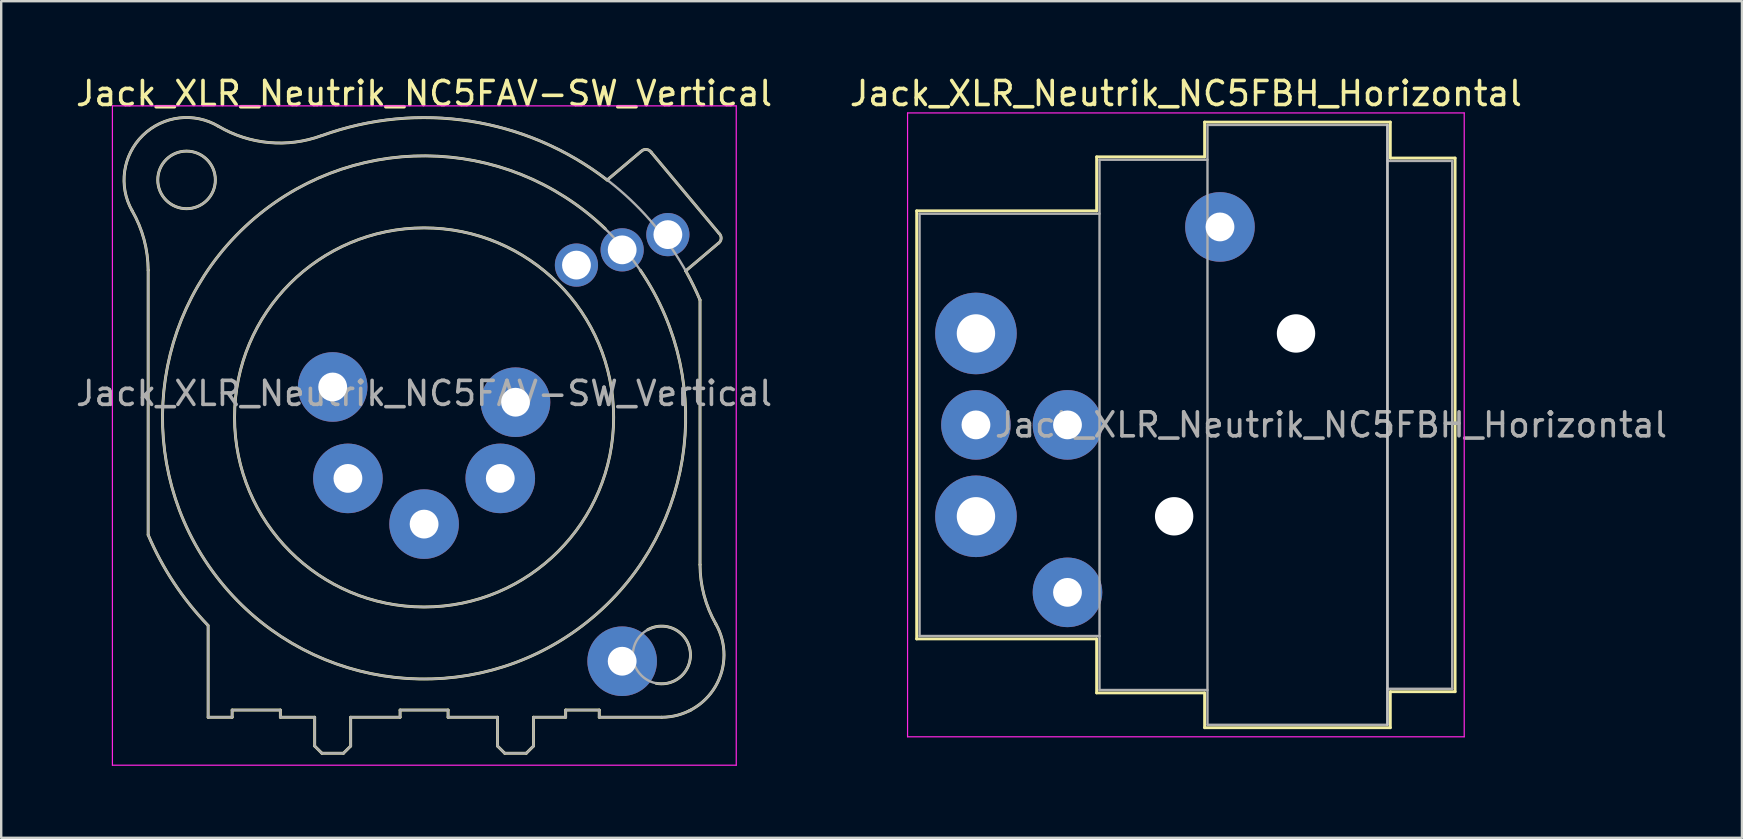
<source format=kicad_pcb>
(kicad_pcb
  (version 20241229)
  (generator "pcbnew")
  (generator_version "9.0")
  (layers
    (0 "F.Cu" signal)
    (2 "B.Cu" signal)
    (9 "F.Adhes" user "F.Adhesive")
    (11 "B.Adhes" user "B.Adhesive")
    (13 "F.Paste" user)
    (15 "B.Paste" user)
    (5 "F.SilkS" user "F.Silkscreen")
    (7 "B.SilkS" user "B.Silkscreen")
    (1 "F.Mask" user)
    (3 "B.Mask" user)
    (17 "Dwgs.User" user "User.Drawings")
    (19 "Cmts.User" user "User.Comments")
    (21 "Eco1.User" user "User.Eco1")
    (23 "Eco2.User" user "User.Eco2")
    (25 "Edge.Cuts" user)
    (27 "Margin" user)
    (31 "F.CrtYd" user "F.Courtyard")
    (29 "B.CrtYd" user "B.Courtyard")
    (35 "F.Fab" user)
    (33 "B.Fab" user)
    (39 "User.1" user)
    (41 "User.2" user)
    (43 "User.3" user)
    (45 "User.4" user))
  (footprint "Jack_XLR_Neutrik_NC5FAV-SW_Vertical"
    (layer "F.Cu")
    (at 18.435 13.713)
    (property "Reference" "Jack_XLR_Neutrik_NC5FAV-SW_Vertical" (at -3.81 -12.865 0) (layer "F.SilkS") (effects (font (size 1 1) (thickness 0.15))))
    (attr through_hole)
    (fp_line (start -15.31 -5.5) (end -15.31 5.53) (stroke (width 0.12) (type solid)) (layer "F.SilkS"))
    (fp_line (start -12.81 9.31) (end -12.81 13.13) (stroke (width 0.12) (type solid)) (layer "F.SilkS"))
    (fp_line (start -11.81 12.83) (end -11.81 13.13) (stroke (width 0.12) (type solid)) (layer "F.SilkS"))
    (fp_line (start -11.81 12.83) (end -9.8 12.83) (stroke (width 0.12) (type solid)) (layer "F.SilkS"))
    (fp_line (start -11.81 13.13) (end -12.81 13.13) (stroke (width 0.12) (type solid)) (layer "F.SilkS"))
    (fp_line (start -9.8 12.83) (end -9.8 13.13) (stroke (width 0.12) (type solid)) (layer "F.SilkS"))
    (fp_line (start -8.37 13.13) (end -9.8 13.13) (stroke (width 0.12) (type solid)) (layer "F.SilkS"))
    (fp_line (start -8.37 13.13) (end -8.37 14.33) (stroke (width 0.12) (type solid)) (layer "F.SilkS"))
    (fp_line (start -8.37 14.33) (end -8.07 14.63) (stroke (width 0.12) (type solid)) (layer "F.SilkS"))
    (fp_line (start -8.07 14.63) (end -7.17 14.63) (stroke (width 0.12) (type solid)) (layer "F.SilkS"))
    (fp_line (start -6.87 13.13) (end -6.87 14.33) (stroke (width 0.12) (type solid)) (layer "F.SilkS"))
    (fp_line (start -6.87 14.33) (end -7.17 14.63) (stroke (width 0.12) (type solid)) (layer "F.SilkS"))
    (fp_line (start -4.81 12.83) (end -4.81 13.13) (stroke (width 0.12) (type solid)) (layer "F.SilkS"))
    (fp_line (start -4.81 12.83) (end -2.81 12.83) (stroke (width 0.12) (type solid)) (layer "F.SilkS"))
    (fp_line (start -4.81 13.13) (end -6.87 13.13) (stroke (width 0.12) (type solid)) (layer "F.SilkS"))
    (fp_line (start -2.81 12.83) (end -2.81 13.13) (stroke (width 0.12) (type solid)) (layer "F.SilkS"))
    (fp_line (start -0.75 13.13) (end -2.81 13.13) (stroke (width 0.12) (type solid)) (layer "F.SilkS"))
    (fp_line (start -0.75 13.13) (end -0.75 14.33) (stroke (width 0.12) (type solid)) (layer "F.SilkS"))
    (fp_line (start -0.75 14.33) (end -0.45 14.63) (stroke (width 0.12) (type solid)) (layer "F.SilkS"))
    (fp_line (start -0.45 14.63) (end 0.45 14.63) (stroke (width 0.12) (type solid)) (layer "F.SilkS"))
    (fp_line (start 0.75 13.13) (end 0.75 14.33) (stroke (width 0.12) (type solid)) (layer "F.SilkS"))
    (fp_line (start 0.75 14.33) (end 0.45 14.63) (stroke (width 0.12) (type solid)) (layer "F.SilkS"))
    (fp_line (start 2.09 12.83) (end 2.09 13.13) (stroke (width 0.12) (type solid)) (layer "F.SilkS"))
    (fp_line (start 2.09 12.83) (end 3.49 12.83) (stroke (width 0.12) (type solid)) (layer "F.SilkS"))
    (fp_line (start 2.09 13.13) (end 0.75 13.13) (stroke (width 0.12) (type solid)) (layer "F.SilkS"))
    (fp_line (start 3.49 12.83) (end 3.49 13.13) (stroke (width 0.12) (type solid)) (layer "F.SilkS"))
    (fp_line (start 3.82 -9.26) (end 5.23 -10.45) (stroke (width 0.12) (type solid)) (layer "F.SilkS"))
    (fp_line (start 6.09 13.13) (end 3.49 13.13) (stroke (width 0.12) (type solid)) (layer "F.SilkS"))
    (fp_line (start 7.69 6.77) (end 7.69 -4.26) (stroke (width 0.12) (type solid)) (layer "F.SilkS"))
    (fp_line (start 8.45 -6.62) (end 7.09 -5.47) (stroke (width 0.12) (type solid)) (layer "F.SilkS"))
    (fp_line (start 8.48 -7.04) (end 5.66 -10.41) (stroke (width 0.12) (type solid)) (layer "F.SilkS"))
    (fp_arc (start -15.979585 -7.98114) (mid -15.531071 -11.122847) (end -12.38 -11.5) (stroke (width 0.12) (type solid)) (layer "F.SilkS"))
    (fp_arc (start -15.978065 -7.979621) (mid -15.482459 -6.783342) (end -15.31 -5.5) (stroke (width 0.12) (type solid)) (layer "F.SilkS"))
    (fp_arc (start -12.822247 9.294702) (mid -14.237431 7.525553) (end -15.31 5.53) (stroke (width 0.12) (type solid)) (layer "F.SilkS"))
    (fp_arc (start -8.091246 -11.107072) (mid -10.279718 -10.822246) (end -12.38 -11.5) (stroke (width 0.12) (type solid)) (layer "F.SilkS"))
    (fp_arc (start -8.076266 -11.109228) (mid -1.890733 -11.711835) (end 3.82 -9.26) (stroke (width 0.12) (type solid)) (layer "F.SilkS"))
    (fp_arc (start 5.199539 -5.504132) (mid -12.134617 7.674992) (end 3.74 -7.23) (stroke (width 0.12) (type solid)) (layer "F.SilkS"))
    (fp_arc (start 5.235458 -10.453787) (mid 5.458172 -10.533142) (end 5.66 -10.41) (stroke (width 0.12) (type solid)) (layer "F.SilkS"))
    (fp_arc (start 5.507701 9.483226) (mid 7.277502 10.347546) (end 5.86 11.715) (stroke (width 0.12) (type solid)) (layer "F.SilkS"))
    (fp_arc (start 7.094079 -5.473362) (mid 7.408456 -4.874744) (end 7.69 -4.26) (stroke (width 0.12) (type solid)) (layer "F.SilkS"))
    (fp_arc (start 7.298541 12.835196) (mid 7.274335 12.847725) (end 7.25 12.86) (stroke (width 0.12) (type solid)) (layer "F.SilkS"))
    (fp_arc (start 8.350687 9.245751) (mid 8.337115 11.837852) (end 6.09 13.13) (stroke (width 0.12) (type solid)) (layer "F.SilkS"))
    (fp_arc (start 8.351797 9.24598) (mid 7.859562 8.051113) (end 7.69 6.77) (stroke (width 0.12) (type solid)) (layer "F.SilkS"))
    (fp_arc (start 8.486269 -7.03217) (mid 8.569764 -6.817142) (end 8.45 -6.62) (stroke (width 0.12) (type solid)) (layer "F.SilkS"))
    (fp_circle (center -13.71 -9.265) (end -12.51 -9.265) (stroke (width 0.12) (type solid)) (fill no) (layer "F.SilkS"))
    (fp_circle (center -3.81 0.635) (end 4.09 0.635) (stroke (width 0.12) (type solid)) (fill no) (layer "F.SilkS"))
    (fp_line (start -16.8 -12.35) (end 9.2 -12.35) (stroke (width 0.05) (type solid)) (layer "F.CrtYd"))
    (fp_line (start -16.8 15.13) (end -16.8 -12.35) (stroke (width 0.05) (type solid)) (layer "F.CrtYd"))
    (fp_line (start 9.2 -12.35) (end 9.2 15.13) (stroke (width 0.05) (type solid)) (layer "F.CrtYd"))
    (fp_line (start 9.2 15.13) (end -16.8 15.13) (stroke (width 0.05) (type solid)) (layer "F.CrtYd"))
    (fp_line (start -15.31 -5.5) (end -15.31 5.53) (stroke (width 0.1) (type solid)) (layer "F.Fab"))
    (fp_line (start -12.81 9.31) (end -12.81 13.13) (stroke (width 0.1) (type solid)) (layer "F.Fab"))
    (fp_line (start -11.81 12.83) (end -11.81 13.13) (stroke (width 0.1) (type solid)) (layer "F.Fab"))
    (fp_line (start -11.81 12.83) (end -9.8 12.83) (stroke (width 0.1) (type solid)) (layer "F.Fab"))
    (fp_line (start -11.81 13.13) (end -12.81 13.13) (stroke (width 0.1) (type solid)) (layer "F.Fab"))
    (fp_line (start -9.8 12.83) (end -9.8 13.13) (stroke (width 0.1) (type solid)) (layer "F.Fab"))
    (fp_line (start -8.37 13.13) (end -9.8 13.13) (stroke (width 0.1) (type solid)) (layer "F.Fab"))
    (fp_line (start -8.37 13.13) (end -8.37 14.33) (stroke (width 0.1) (type solid)) (layer "F.Fab"))
    (fp_line (start -8.37 14.33) (end -8.07 14.63) (stroke (width 0.1) (type solid)) (layer "F.Fab"))
    (fp_line (start -8.07 14.63) (end -7.17 14.63) (stroke (width 0.1) (type solid)) (layer "F.Fab"))
    (fp_line (start -6.87 13.13) (end -6.87 14.33) (stroke (width 0.1) (type solid)) (layer "F.Fab"))
    (fp_line (start -6.87 14.33) (end -7.17 14.63) (stroke (width 0.1) (type solid)) (layer "F.Fab"))
    (fp_line (start -4.81 12.83) (end -4.81 13.13) (stroke (width 0.1) (type solid)) (layer "F.Fab"))
    (fp_line (start -4.81 12.83) (end -2.81 12.83) (stroke (width 0.1) (type solid)) (layer "F.Fab"))
    (fp_line (start -4.81 13.13) (end -6.87 13.13) (stroke (width 0.1) (type solid)) (layer "F.Fab"))
    (fp_line (start -2.81 12.83) (end -2.81 13.13) (stroke (width 0.1) (type solid)) (layer "F.Fab"))
    (fp_line (start -0.75 13.13) (end -2.81 13.13) (stroke (width 0.1) (type solid)) (layer "F.Fab"))
    (fp_line (start -0.75 13.13) (end -0.75 14.33) (stroke (width 0.1) (type solid)) (layer "F.Fab"))
    (fp_line (start -0.75 14.33) (end -0.45 14.63) (stroke (width 0.1) (type solid)) (layer "F.Fab"))
    (fp_line (start -0.45 14.63) (end 0.45 14.63) (stroke (width 0.1) (type solid)) (layer "F.Fab"))
    (fp_line (start 0.75 13.13) (end 0.75 14.33) (stroke (width 0.1) (type solid)) (layer "F.Fab"))
    (fp_line (start 0.75 14.33) (end 0.45 14.63) (stroke (width 0.1) (type solid)) (layer "F.Fab"))
    (fp_line (start 2.09 12.83) (end 2.09 13.13) (stroke (width 0.1) (type solid)) (layer "F.Fab"))
    (fp_line (start 2.09 12.83) (end 3.49 12.83) (stroke (width 0.1) (type solid)) (layer "F.Fab"))
    (fp_line (start 2.09 13.13) (end 0.75 13.13) (stroke (width 0.1) (type solid)) (layer "F.Fab"))
    (fp_line (start 3.49 12.83) (end 3.49 13.13) (stroke (width 0.1) (type solid)) (layer "F.Fab"))
    (fp_line (start 3.82 -9.26) (end 5.23 -10.45) (stroke (width 0.1) (type solid)) (layer "F.Fab"))
    (fp_line (start 6.09 13.13) (end 3.49 13.13) (stroke (width 0.1) (type solid)) (layer "F.Fab"))
    (fp_line (start 7.69 6.77) (end 7.69 -4.26) (stroke (width 0.1) (type solid)) (layer "F.Fab"))
    (fp_line (start 8.45 -6.62) (end 7.09 -5.47) (stroke (width 0.1) (type solid)) (layer "F.Fab"))
    (fp_line (start 8.48 -7.04) (end 5.66 -10.41) (stroke (width 0.1) (type solid)) (layer "F.Fab"))
    (fp_arc (start -15.979585 -7.98114) (mid -15.531071 -11.122847) (end -12.38 -11.5) (stroke (width 0.1) (type solid)) (layer "F.Fab"))
    (fp_arc (start -15.978065 -7.979621) (mid -15.482459 -6.783342) (end -15.31 -5.5) (stroke (width 0.1) (type solid)) (layer "F.Fab"))
    (fp_arc (start -12.822247 9.294702) (mid -14.237431 7.525553) (end -15.31 5.53) (stroke (width 0.1) (type solid)) (layer "F.Fab"))
    (fp_arc (start -8.096428 -11.105424) (mid 1.16231 -10.831785) (end 7.69 -4.26) (stroke (width 0.1) (type solid)) (layer "F.Fab"))
    (fp_arc (start -8.091246 -11.107072) (mid -10.279718 -10.822246) (end -12.38 -11.5) (stroke (width 0.1) (type solid)) (layer "F.Fab"))
    (fp_arc (start 5.235458 -10.453787) (mid 5.458172 -10.533142) (end 5.66 -10.41) (stroke (width 0.1) (type solid)) (layer "F.Fab"))
    (fp_arc (start 7.298541 12.835196) (mid 7.274335 12.847725) (end 7.25 12.86) (stroke (width 0.1) (type solid)) (layer "F.Fab"))
    (fp_arc (start 8.350687 9.245751) (mid 8.337115 11.837852) (end 6.09 13.13) (stroke (width 0.1) (type solid)) (layer "F.Fab"))
    (fp_arc (start 8.351797 9.24598) (mid 7.859562 8.051113) (end 7.69 6.77) (stroke (width 0.1) (type solid)) (layer "F.Fab"))
    (fp_arc (start 8.486269 -7.03217) (mid 8.569764 -6.817142) (end 8.45 -6.62) (stroke (width 0.1) (type solid)) (layer "F.Fab"))
    (fp_circle (center -13.71 -9.265) (end -12.51 -9.265) (stroke (width 0.1) (type solid)) (fill no) (layer "F.Fab"))
    (fp_circle (center -3.81 0.635) (end 4.09 0.635) (stroke (width 0.1) (type solid)) (fill no) (layer "F.Fab"))
    (fp_circle (center -3.81 0.635) (end 7.09 0.635) (stroke (width 0.1) (type solid)) (fill no) (layer "F.Fab"))
    (fp_circle (center 6.09 10.535) (end 7.29 10.535) (stroke (width 0.1) (type solid)) (fill no) (layer "F.Fab"))
    (fp_text user "${REFERENCE}" (at -3.81 -0.365 0) (layer "F.Fab") (effects (font (size 1 1) (thickness 0.15))))
    (pad "1" thru_hole circle (at 0 0) (size 2.9 2.9) (drill 1.2) (layers "*.Cu" "*.Mask"))
    (pad "2" thru_hole circle (at -0.635 3.175) (size 2.9 2.9) (drill 1.2) (layers "*.Cu" "*.Mask"))
    (pad "3" thru_hole circle (at -3.81 5.08) (size 2.9 2.9) (drill 1.2) (layers "*.Cu" "*.Mask"))
    (pad "4" thru_hole circle (at -6.985 3.175) (size 2.9 2.9) (drill 1.2) (layers "*.Cu" "*.Mask"))
    (pad "5" thru_hole circle (at -7.62 -0.635) (size 2.9 2.9) (drill 1.2) (layers "*.Cu" "*.Mask"))
    (pad "G" thru_hole circle (at 4.445 10.795) (size 2.9 2.9) (drill 1.2) (layers "*.Cu" "*.Mask"))
    (pad "N" thru_hole circle (at 4.445 -6.35) (size 1.8 1.8) (drill 1.2) (layers "*.Cu" "*.Mask"))
    (pad "NC" thru_hole circle (at 2.54 -5.715) (size 1.8 1.8) (drill 1.2) (layers "*.Cu" "*.Mask"))
    (pad "NO" thru_hole circle (at 6.35 -6.985) (size 1.8 1.8) (drill 1.2) (layers "*.Cu" "*.Mask")))
  (footprint "Jack_XLR_Neutrik_NC5FBH_Horizontal"
    (layer "F.Cu")
    (at 37.625 10.848)
    (property "Reference" "Jack_XLR_Neutrik_NC5FBH_Horizontal" (at 8.75 -10 0) (layer "F.SilkS") (effects (font (size 1 1) (thickness 0.15))))
    (attr through_hole)
    (fp_line (start -2.47 -5.11) (end -2.47 12.73) (stroke (width 0.12) (type solid)) (layer "F.SilkS"))
    (fp_line (start 5.03 -5.11) (end -2.47 -5.11) (stroke (width 0.12) (type solid)) (layer "F.SilkS"))
    (fp_line (start 5.03 -5.11) (end 5.03 -7.36) (stroke (width 0.12) (type solid)) (layer "F.SilkS"))
    (fp_line (start 5.03 12.73) (end -2.47 12.73) (stroke (width 0.12) (type solid)) (layer "F.SilkS"))
    (fp_line (start 5.03 12.73) (end 5.03 14.98) (stroke (width 0.12) (type solid)) (layer "F.SilkS"))
    (fp_line (start 9.53 -7.36) (end 5.03 -7.36) (stroke (width 0.12) (type solid)) (layer "F.SilkS"))
    (fp_line (start 9.53 -7.36) (end 9.53 -8.81) (stroke (width 0.12) (type solid)) (layer "F.SilkS"))
    (fp_line (start 9.53 14.98) (end 5.03 14.98) (stroke (width 0.12) (type solid)) (layer "F.SilkS"))
    (fp_line (start 9.53 16.43) (end 9.53 14.98) (stroke (width 0.12) (type solid)) (layer "F.SilkS"))
    (fp_line (start 17.27 -8.81) (end 9.53 -8.81) (stroke (width 0.12) (type solid)) (layer "F.SilkS"))
    (fp_line (start 17.27 -8.81) (end 17.27 -7.31) (stroke (width 0.12) (type solid)) (layer "F.SilkS"))
    (fp_line (start 17.27 -7.31) (end 19.97 -7.31) (stroke (width 0.12) (type solid)) (layer "F.SilkS"))
    (fp_line (start 17.27 14.93) (end 17.27 16.43) (stroke (width 0.12) (type solid)) (layer "F.SilkS"))
    (fp_line (start 17.27 14.93) (end 19.97 14.93) (stroke (width 0.12) (type solid)) (layer "F.SilkS"))
    (fp_line (start 17.27 16.43) (end 9.53 16.43) (stroke (width 0.12) (type solid)) (layer "F.SilkS"))
    (fp_line (start 19.97 -7.31) (end 19.97 14.93) (stroke (width 0.12) (type solid)) (layer "F.SilkS"))
    (fp_line (start 17.15 -8.69) (end 17.15 16.31) (stroke (width 0.1) (type solid)) (layer "Dwgs.User"))
    (fp_line (start -2.85 -9.19) (end -2.85 16.81) (stroke (width 0.05) (type solid)) (layer "F.CrtYd"))
    (fp_line (start 20.35 -9.19) (end -2.85 -9.19) (stroke (width 0.05) (type solid)) (layer "F.CrtYd"))
    (fp_line (start 20.35 -9.19) (end 20.35 16.81) (stroke (width 0.05) (type solid)) (layer "F.CrtYd"))
    (fp_line (start 20.35 16.81) (end -2.85 16.81) (stroke (width 0.05) (type solid)) (layer "F.CrtYd"))
    (fp_line (start -2.35 -4.99) (end -2.35 12.61) (stroke (width 0.1) (type solid)) (layer "F.Fab"))
    (fp_line (start 5.15 -4.99) (end -2.35 -4.99) (stroke (width 0.1) (type solid)) (layer "F.Fab"))
    (fp_line (start 5.15 12.61) (end -2.35 12.61) (stroke (width 0.1) (type solid)) (layer "F.Fab"))
    (fp_line (start 5.15 14.86) (end 5.15 -7.24) (stroke (width 0.1) (type solid)) (layer "F.Fab"))
    (fp_line (start 5.15 14.86) (end 9.65 14.86) (stroke (width 0.1) (type solid)) (layer "F.Fab"))
    (fp_line (start 9.65 -8.69) (end 17.15 -8.69) (stroke (width 0.1) (type solid)) (layer "F.Fab"))
    (fp_line (start 9.65 -7.24) (end 5.15 -7.24) (stroke (width 0.1) (type solid)) (layer "F.Fab"))
    (fp_line (start 9.65 16.31) (end 9.65 -8.69) (stroke (width 0.1) (type solid)) (layer "F.Fab"))
    (fp_line (start 17.15 -8.69) (end 17.15 16.31) (stroke (width 0.1) (type solid)) (layer "F.Fab"))
    (fp_line (start 17.15 -7.19) (end 19.85 -7.19) (stroke (width 0.1) (type solid)) (layer "F.Fab"))
    (fp_line (start 17.15 16.31) (end 9.65 16.31) (stroke (width 0.1) (type solid)) (layer "F.Fab"))
    (fp_line (start 19.85 -7.19) (end 19.85 14.81) (stroke (width 0.1) (type solid)) (layer "F.Fab"))
    (fp_line (start 19.85 14.81) (end 17.15 14.81) (stroke (width 0.1) (type solid)) (layer "F.Fab"))
    (fp_text user "${REFERENCE}" (at 14.8 3.81 0) (layer "F.Fab") (effects (font (size 1 1) (thickness 0.15))))
    (pad "" np_thru_hole circle (at 8.26 7.62) (size 1.6 1.6) (drill 1.6) (layers "*.Cu" "*.Mask"))
    (pad "" np_thru_hole circle (at 13.34 0) (size 1.6 1.6) (drill 1.6) (layers "*.Cu" "*.Mask"))
    (pad "1" thru_hole circle (at 0 0) (size 3.4 3.4) (drill 1.6) (layers "*.Cu" "*.Mask"))
    (pad "2" thru_hole circle (at 3.815 3.81) (size 2.9 2.9) (drill 1.2) (layers "*.Cu" "*.Mask"))
    (pad "3" thru_hole circle (at 0 3.81) (size 2.9 2.9) (drill 1.2) (layers "*.Cu" "*.Mask"))
    (pad "4" thru_hole circle (at 3.815 10.79) (size 2.9 2.9) (drill 1.2) (layers "*.Cu" "*.Mask"))
    (pad "5" thru_hole circle (at 0 7.62) (size 3.4 3.4) (drill 1.6) (layers "*.Cu" "*.Mask"))
    (pad "G" thru_hole circle (at 10.17 -4.44) (size 2.9 2.9) (drill 1.2) (layers "*.Cu" "*.Mask")))
  (gr_rect
    (start -3 -3)
    (end 69.55 31.868)
    (stroke (width 0.1) (type default))
    (fill no)
    (layer "Edge.Cuts")))
</source>
